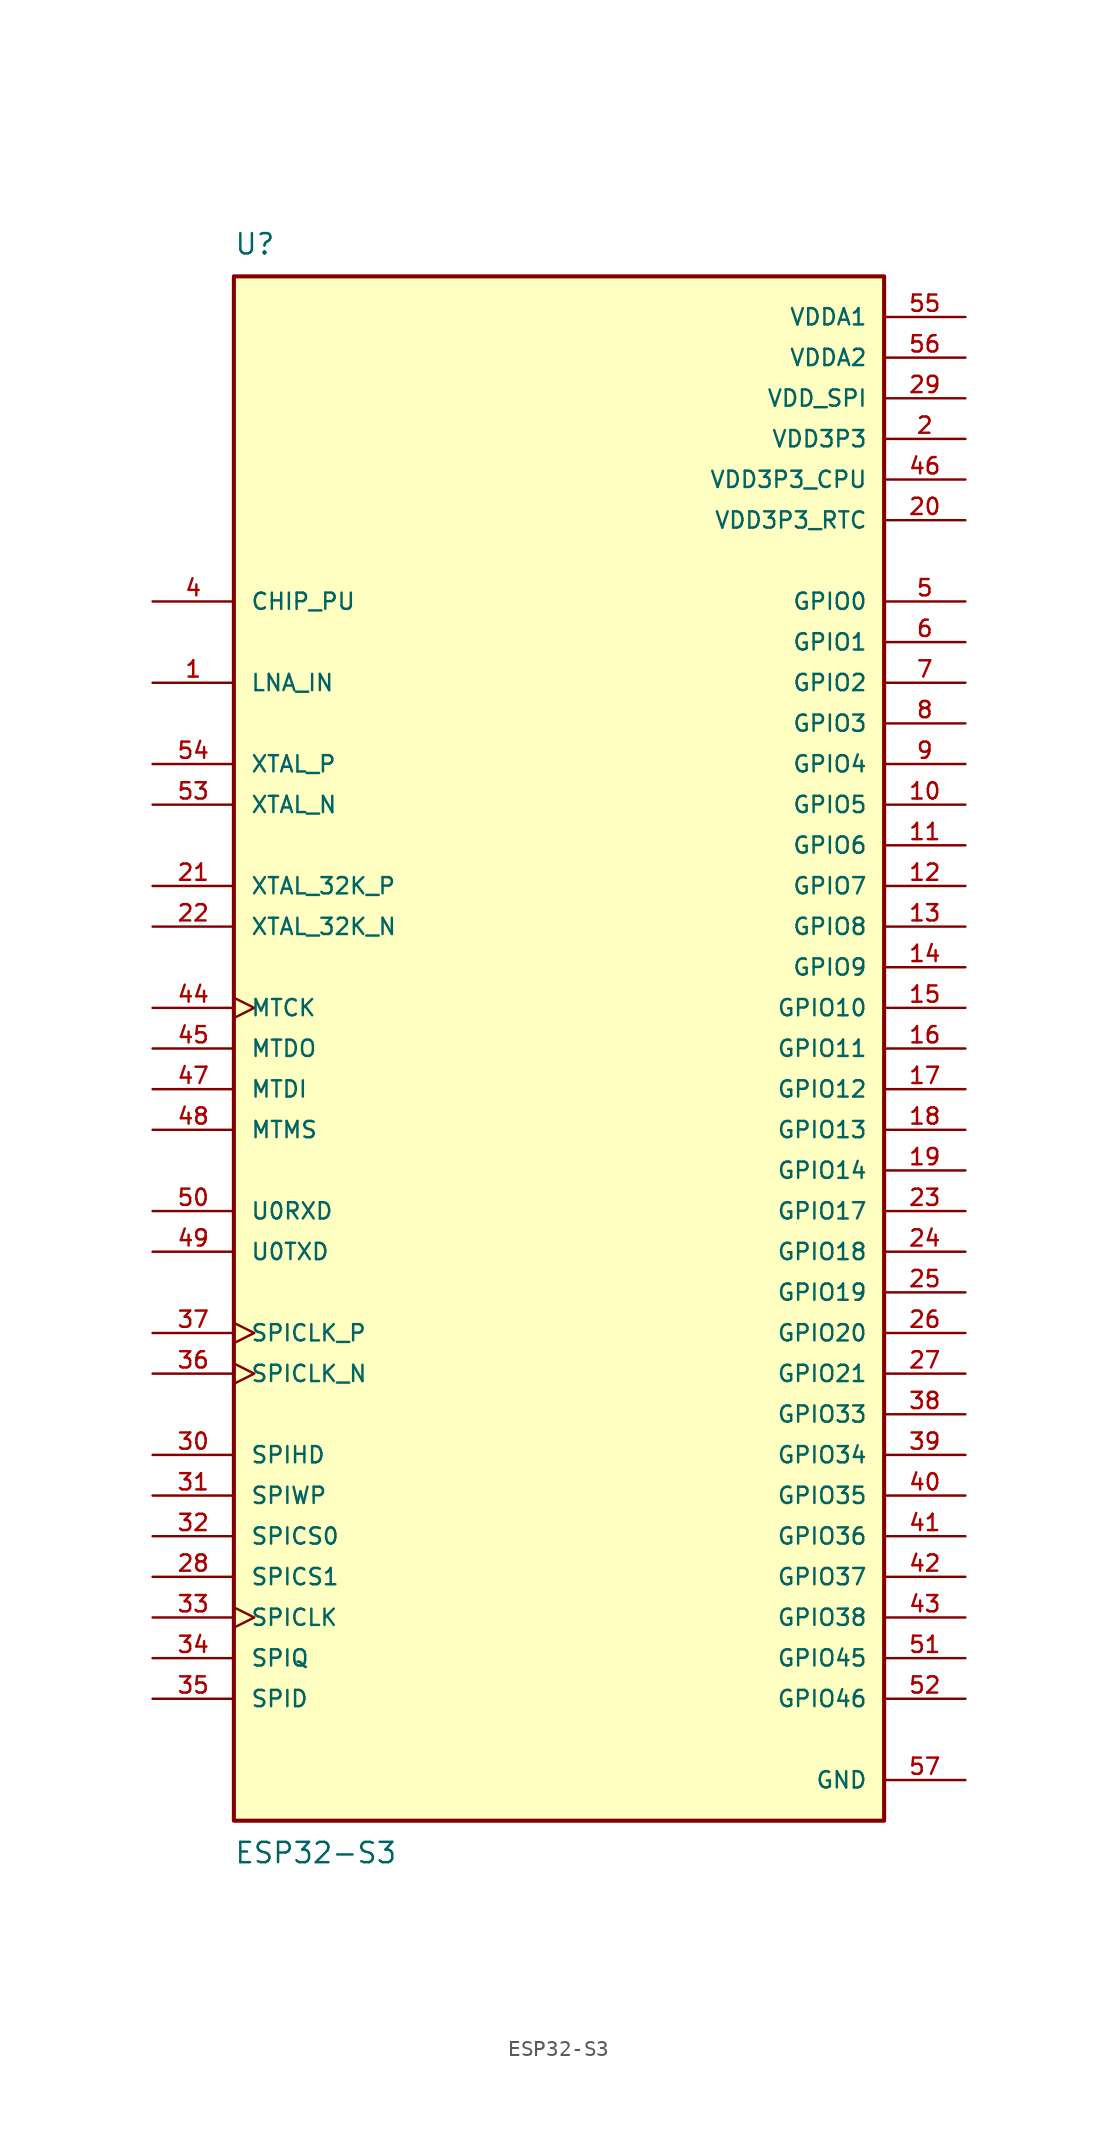
<source format=kicad_sym>
(kicad_symbol_lib
  (version 20211014)
  (generator kicad_symbol_editor)
  (symbol "ESP32-S3"
    (pin_names
      (offset 1.016))
    (property "Reference" "U"
      (at -20.32 49.53 0)
      (effects (font (size 1.27 1.27)) (justify bottom left)))
    (property "Value" "ESP32-S3"
      (at -20.32 -49.53 0)
      (effects (font (size 1.27 1.27)) (justify top left)))
    (symbol "ESP32-S3_0_0"
      (rectangle (start -20.32 -48.26) (end 20.32 48.26) (stroke (width 0.254)) (fill (type background)))
      (pin power_in line (at 25.4 40.64 180.0) (length 5.08) (name "VDD_SPI" (effects (font (size 1.016 1.016)))) (number "29" (effects (font (size 1.016 1.016)))))
      (pin power_in line (at 25.4 38.1 180.0) (length 5.08) (name "VDD3P3" (effects (font (size 1.016 1.016)))) (number "2" (effects (font (size 1.016 1.016)))))
      (pin power_in line (at 25.4 38.1 180.0) (length 5.08) hide (name "VDD3P3" (effects (font (size 1.016 1.016)))) (number "3" (effects (font (size 1.016 1.016)))))
      (pin power_in line (at 25.4 35.56 180.0) (length 5.08) (name "VDD3P3_CPU" (effects (font (size 1.016 1.016)))) (number "46" (effects (font (size 1.016 1.016)))))
      (pin power_in line (at 25.4 33.02 180.0) (length 5.08) (name "VDD3P3_RTC" (effects (font (size 1.016 1.016)))) (number "20" (effects (font (size 1.016 1.016)))))
      (pin power_in line (at 25.4 43.18 180.0) (length 5.08) (name "VDDA2" (effects (font (size 1.016 1.016)))) (number "56" (effects (font (size 1.016 1.016)))))
      (pin input line (at -25.4 27.94 0) (length 5.08) (name "CHIP_PU" (effects (font (size 1.016 1.016)))) (number "4" (effects (font (size 1.016 1.016)))))
      (pin input line (at -25.4 17.78 0) (length 5.08) (name "XTAL_P" (effects (font (size 1.016 1.016)))) (number "54" (effects (font (size 1.016 1.016)))))
      (pin bidirectional line (at 25.4 27.94 180.0) (length 5.08) (name "GPIO0" (effects (font (size 1.016 1.016)))) (number "5" (effects (font (size 1.016 1.016)))))
      (pin bidirectional line (at 25.4 25.4 180.0) (length 5.08) (name "GPIO1" (effects (font (size 1.016 1.016)))) (number "6" (effects (font (size 1.016 1.016)))))
      (pin bidirectional line (at 25.4 2.54 180.0) (length 5.08) (name "GPIO10" (effects (font (size 1.016 1.016)))) (number "15" (effects (font (size 1.016 1.016)))))
      (pin bidirectional line (at 25.4 0.0 180.0) (length 5.08) (name "GPIO11" (effects (font (size 1.016 1.016)))) (number "16" (effects (font (size 1.016 1.016)))))
      (pin bidirectional line (at 25.4 -2.54 180.0) (length 5.08) (name "GPIO12" (effects (font (size 1.016 1.016)))) (number "17" (effects (font (size 1.016 1.016)))))
      (pin bidirectional line (at 25.4 -5.08 180.0) (length 5.08) (name "GPIO13" (effects (font (size 1.016 1.016)))) (number "18" (effects (font (size 1.016 1.016)))))
      (pin bidirectional line (at 25.4 -7.62 180.0) (length 5.08) (name "GPIO14" (effects (font (size 1.016 1.016)))) (number "19" (effects (font (size 1.016 1.016)))))
      (pin bidirectional line (at 25.4 -10.16 180.0) (length 5.08) (name "GPIO17" (effects (font (size 1.016 1.016)))) (number "23" (effects (font (size 1.016 1.016)))))
      (pin bidirectional line (at 25.4 -12.7 180.0) (length 5.08) (name "GPIO18" (effects (font (size 1.016 1.016)))) (number "24" (effects (font (size 1.016 1.016)))))
      (pin bidirectional line (at 25.4 -15.24 180.0) (length 5.08) (name "GPIO19" (effects (font (size 1.016 1.016)))) (number "25" (effects (font (size 1.016 1.016)))))
      (pin bidirectional line (at 25.4 22.86 180.0) (length 5.08) (name "GPIO2" (effects (font (size 1.016 1.016)))) (number "7" (effects (font (size 1.016 1.016)))))
      (pin bidirectional line (at 25.4 -17.78 180.0) (length 5.08) (name "GPIO20" (effects (font (size 1.016 1.016)))) (number "26" (effects (font (size 1.016 1.016)))))
      (pin bidirectional line (at 25.4 -20.32 180.0) (length 5.08) (name "GPIO21" (effects (font (size 1.016 1.016)))) (number "27" (effects (font (size 1.016 1.016)))))
      (pin bidirectional line (at 25.4 20.32 180.0) (length 5.08) (name "GPIO3" (effects (font (size 1.016 1.016)))) (number "8" (effects (font (size 1.016 1.016)))))
      (pin bidirectional line (at 25.4 -22.86 180.0) (length 5.08) (name "GPIO33" (effects (font (size 1.016 1.016)))) (number "38" (effects (font (size 1.016 1.016)))))
      (pin bidirectional line (at 25.4 -25.4 180.0) (length 5.08) (name "GPIO34" (effects (font (size 1.016 1.016)))) (number "39" (effects (font (size 1.016 1.016)))))
      (pin bidirectional line (at 25.4 -27.94 180.0) (length 5.08) (name "GPIO35" (effects (font (size 1.016 1.016)))) (number "40" (effects (font (size 1.016 1.016)))))
      (pin bidirectional line (at 25.4 -30.48 180.0) (length 5.08) (name "GPIO36" (effects (font (size 1.016 1.016)))) (number "41" (effects (font (size 1.016 1.016)))))
      (pin bidirectional line (at 25.4 -33.02 180.0) (length 5.08) (name "GPIO37" (effects (font (size 1.016 1.016)))) (number "42" (effects (font (size 1.016 1.016)))))
      (pin bidirectional line (at 25.4 -35.56 180.0) (length 5.08) (name "GPIO38" (effects (font (size 1.016 1.016)))) (number "43" (effects (font (size 1.016 1.016)))))
      (pin bidirectional line (at 25.4 17.78 180.0) (length 5.08) (name "GPIO4" (effects (font (size 1.016 1.016)))) (number "9" (effects (font (size 1.016 1.016)))))
      (pin bidirectional line (at 25.4 -38.1 180.0) (length 5.08) (name "GPIO45" (effects (font (size 1.016 1.016)))) (number "51" (effects (font (size 1.016 1.016)))))
      (pin bidirectional line (at 25.4 -40.64 180.0) (length 5.08) (name "GPIO46" (effects (font (size 1.016 1.016)))) (number "52" (effects (font (size 1.016 1.016)))))
      (pin output line (at -25.4 15.24 0) (length 5.08) (name "XTAL_N" (effects (font (size 1.016 1.016)))) (number "53" (effects (font (size 1.016 1.016)))))
      (pin bidirectional line (at 25.4 15.24 180.0) (length 5.08) (name "GPIO5" (effects (font (size 1.016 1.016)))) (number "10" (effects (font (size 1.016 1.016)))))
      (pin bidirectional line (at 25.4 12.7 180.0) (length 5.08) (name "GPIO6" (effects (font (size 1.016 1.016)))) (number "11" (effects (font (size 1.016 1.016)))))
      (pin bidirectional line (at 25.4 10.16 180.0) (length 5.08) (name "GPIO7" (effects (font (size 1.016 1.016)))) (number "12" (effects (font (size 1.016 1.016)))))
      (pin bidirectional line (at 25.4 7.62 180.0) (length 5.08) (name "GPIO8" (effects (font (size 1.016 1.016)))) (number "13" (effects (font (size 1.016 1.016)))))
      (pin bidirectional line (at 25.4 5.08 180.0) (length 5.08) (name "GPIO9" (effects (font (size 1.016 1.016)))) (number "14" (effects (font (size 1.016 1.016)))))
      (pin bidirectional line (at -25.4 22.86 0) (length 5.08) (name "LNA_IN" (effects (font (size 1.016 1.016)))) (number "1" (effects (font (size 1.016 1.016)))))
      (pin bidirectional clock (at -25.4 2.54 0) (length 5.08) (name "MTCK" (effects (font (size 1.016 1.016)))) (number "44" (effects (font (size 1.016 1.016)))))
      (pin bidirectional line (at -25.4 -2.54 0) (length 5.08) (name "MTDI" (effects (font (size 1.016 1.016)))) (number "47" (effects (font (size 1.016 1.016)))))
      (pin bidirectional line (at -25.4 0.0 0) (length 5.08) (name "MTDO" (effects (font (size 1.016 1.016)))) (number "45" (effects (font (size 1.016 1.016)))))
      (pin bidirectional line (at -25.4 -5.08 0) (length 5.08) (name "MTMS" (effects (font (size 1.016 1.016)))) (number "48" (effects (font (size 1.016 1.016)))))
      (pin bidirectional clock (at -25.4 -35.56 0) (length 5.08) (name "SPICLK" (effects (font (size 1.016 1.016)))) (number "33" (effects (font (size 1.016 1.016)))))
      (pin bidirectional clock (at -25.4 -20.32 0) (length 5.08) (name "SPICLK_N" (effects (font (size 1.016 1.016)))) (number "36" (effects (font (size 1.016 1.016)))))
      (pin bidirectional clock (at -25.4 -17.78 0) (length 5.08) (name "SPICLK_P" (effects (font (size 1.016 1.016)))) (number "37" (effects (font (size 1.016 1.016)))))
      (pin bidirectional line (at -25.4 -30.48 0) (length 5.08) (name "SPICS0" (effects (font (size 1.016 1.016)))) (number "32" (effects (font (size 1.016 1.016)))))
      (pin bidirectional line (at -25.4 -33.02 0) (length 5.08) (name "SPICS1" (effects (font (size 1.016 1.016)))) (number "28" (effects (font (size 1.016 1.016)))))
      (pin bidirectional line (at -25.4 -40.64 0) (length 5.08) (name "SPID" (effects (font (size 1.016 1.016)))) (number "35" (effects (font (size 1.016 1.016)))))
      (pin bidirectional line (at -25.4 -25.4 0) (length 5.08) (name "SPIHD" (effects (font (size 1.016 1.016)))) (number "30" (effects (font (size 1.016 1.016)))))
      (pin bidirectional line (at -25.4 -38.1 0) (length 5.08) (name "SPIQ" (effects (font (size 1.016 1.016)))) (number "34" (effects (font (size 1.016 1.016)))))
      (pin bidirectional line (at -25.4 -27.94 0) (length 5.08) (name "SPIWP" (effects (font (size 1.016 1.016)))) (number "31" (effects (font (size 1.016 1.016)))))
      (pin bidirectional line (at -25.4 -10.16 0) (length 5.08) (name "U0RXD" (effects (font (size 1.016 1.016)))) (number "50" (effects (font (size 1.016 1.016)))))
      (pin bidirectional line (at -25.4 -12.7 0) (length 5.08) (name "U0TXD" (effects (font (size 1.016 1.016)))) (number "49" (effects (font (size 1.016 1.016)))))
      (pin bidirectional line (at -25.4 7.62 0) (length 5.08) (name "XTAL_32K_N" (effects (font (size 1.016 1.016)))) (number "22" (effects (font (size 1.016 1.016)))))
      (pin bidirectional line (at -25.4 10.16 0) (length 5.08) (name "XTAL_32K_P" (effects (font (size 1.016 1.016)))) (number "21" (effects (font (size 1.016 1.016)))))
      (pin power_in line (at 25.4 -45.72 180.0) (length 5.08) (name "GND" (effects (font (size 1.016 1.016)))) (number "57" (effects (font (size 1.016 1.016)))))
      (pin power_in line (at 25.4 45.72 180.0) (length 5.08) (name "VDDA1" (effects (font (size 1.016 1.016)))) (number "55" (effects (font (size 1.016 1.016))))))))
</source>
